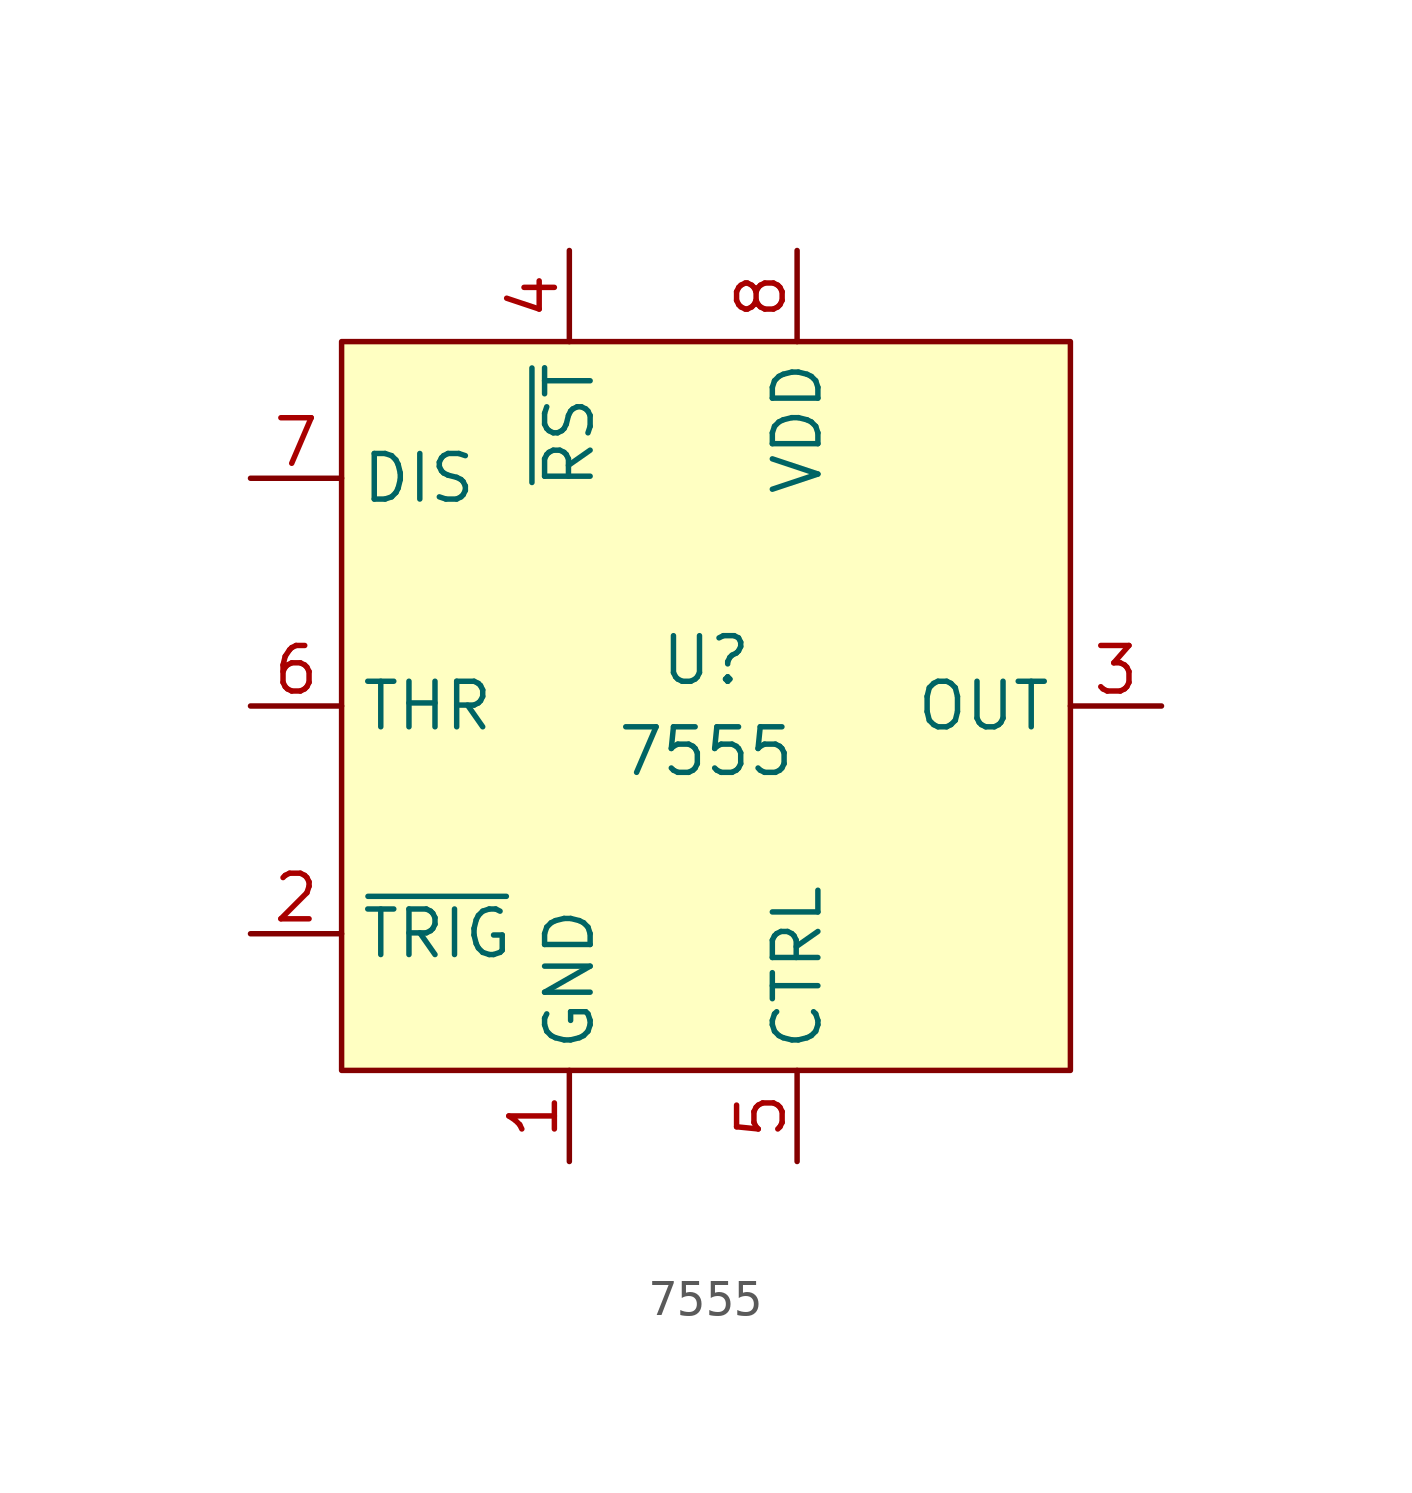
<source format=kicad_sym>
(kicad_symbol_lib
  (version 20211014)
  (generator kicad_symbol_editor)
  (symbol "7555"
    (property "Reference" "U"
      (at 0 1.27 0)
      (effects (font (size 1.27 1.27))))
    (property "Value" "7555"
      (at 0 -1.27 0)
      (effects (font (size 1.27 1.27))))
    (symbol "7555_0_1"
      (rectangle (start -10.16 10.16) (end 10.16 -10.16) (stroke (width 0) (type default) (color 0 0 0 0)) (fill (type background))))
    (symbol "7555_1_1"
      (pin input line (at -3.81 -12.7 90) (length 2.54) (name "GND" (effects (font (size 1.27 1.27)))) (number "1" (effects (font (size 1.27 1.27)))))
      (pin input line (at -12.7 -6.35 0) (length 2.54) (name "~{TRIG}" (effects (font (size 1.27 1.27)))) (number "2" (effects (font (size 1.27 1.27)))))
      (pin output line (at 12.7 0 180) (length 2.54) (name "OUT" (effects (font (size 1.27 1.27)))) (number "3" (effects (font (size 1.27 1.27)))))
      (pin input line (at -3.81 12.7 270) (length 2.54) (name "~{RST}" (effects (font (size 1.27 1.27)))) (number "4" (effects (font (size 1.27 1.27)))))
      (pin input line (at 2.54 -12.7 90) (length 2.54) (name "CTRL" (effects (font (size 1.27 1.27)))) (number "5" (effects (font (size 1.27 1.27)))))
      (pin input line (at -12.7 0 0) (length 2.54) (name "THR" (effects (font (size 1.27 1.27)))) (number "6" (effects (font (size 1.27 1.27)))))
      (pin input line (at -12.7 6.35 0) (length 2.54) (name "DIS" (effects (font (size 1.27 1.27)))) (number "7" (effects (font (size 1.27 1.27)))))
      (pin input line (at 2.54 12.7 270) (length 2.54) (name "VDD" (effects (font (size 1.27 1.27)))) (number "8" (effects (font (size 1.27 1.27))))))))
</source>
